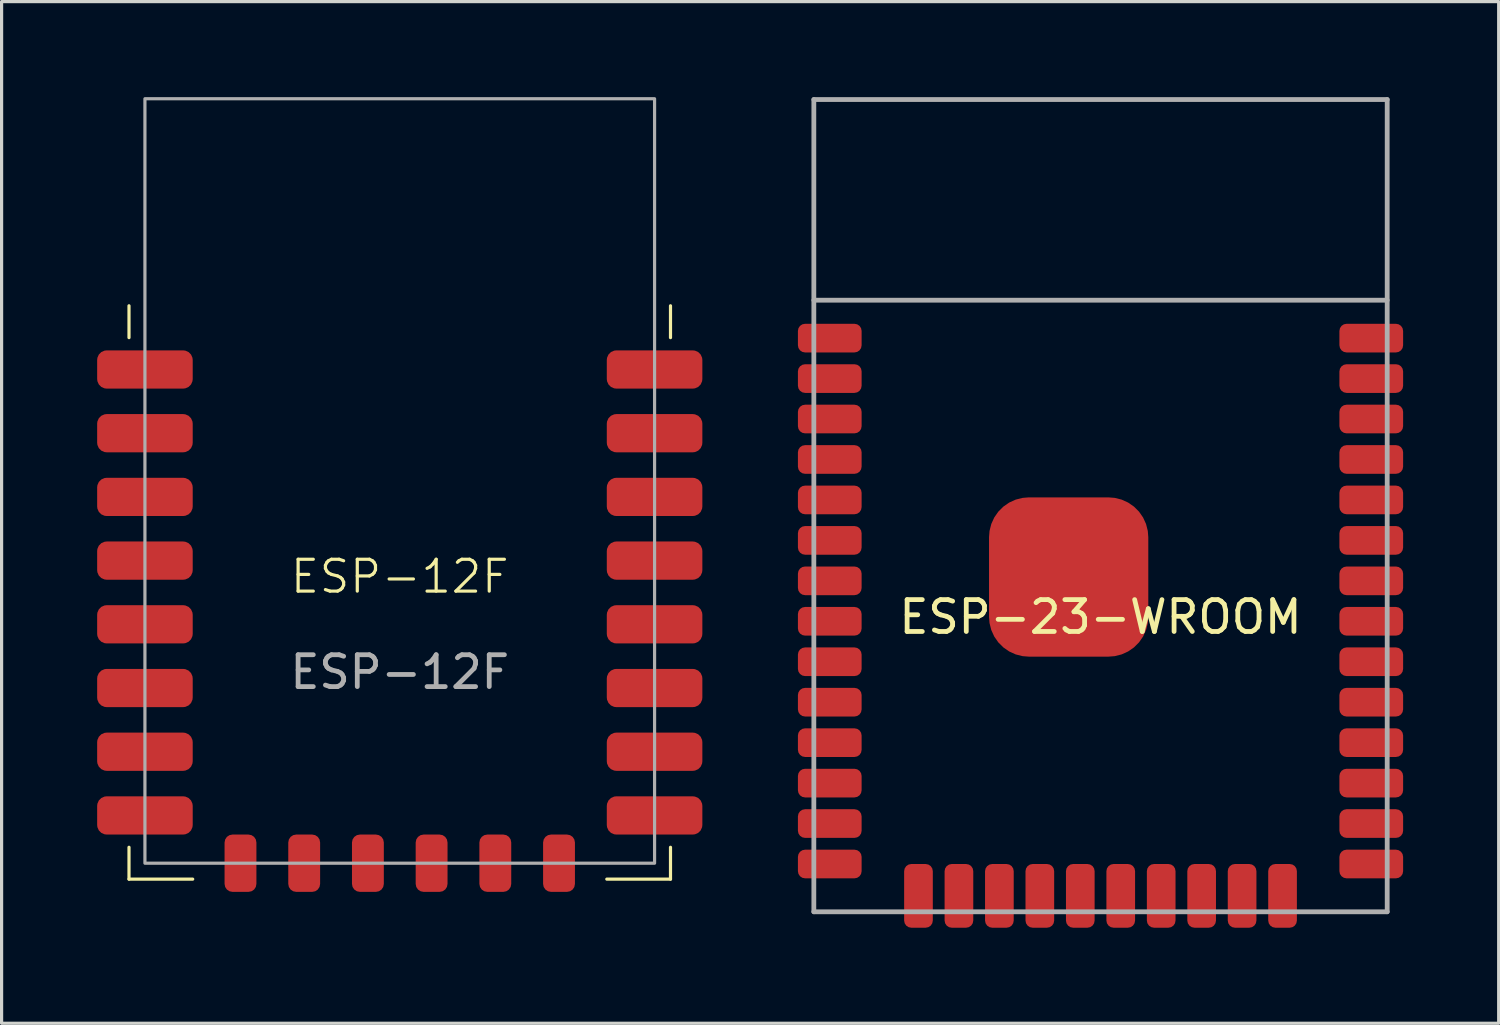
<source format=kicad_pcb>
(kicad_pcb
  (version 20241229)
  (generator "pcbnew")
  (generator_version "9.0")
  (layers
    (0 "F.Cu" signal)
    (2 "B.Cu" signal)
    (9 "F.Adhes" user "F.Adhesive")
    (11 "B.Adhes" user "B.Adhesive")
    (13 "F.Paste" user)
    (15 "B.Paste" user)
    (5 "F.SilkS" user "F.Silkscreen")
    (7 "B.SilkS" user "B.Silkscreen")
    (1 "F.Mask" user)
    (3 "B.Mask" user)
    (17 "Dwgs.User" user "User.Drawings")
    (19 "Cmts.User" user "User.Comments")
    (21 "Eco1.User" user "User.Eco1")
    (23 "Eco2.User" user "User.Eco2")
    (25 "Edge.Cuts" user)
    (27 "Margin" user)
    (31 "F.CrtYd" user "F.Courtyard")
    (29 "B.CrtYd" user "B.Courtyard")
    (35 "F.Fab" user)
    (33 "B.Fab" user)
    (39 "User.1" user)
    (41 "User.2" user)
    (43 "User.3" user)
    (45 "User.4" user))
  (footprint "ESP-12F"
    (layer "F.Cu")
    (at 9.5 15.55)
    (property "Reference" "ESP-12F" (at 0 -0.5 0) (unlocked yes) (layer "F.SilkS") (effects (font (size 1 1) (thickness 0.1))))
    (attr smd)
    (fp_line (start -8.5 -9) (end -8.5 -8) (stroke (width 0.1) (type default)) (layer "F.SilkS"))
    (fp_line (start -8.5 9) (end -8.5 8) (stroke (width 0.1) (type default)) (layer "F.SilkS"))
    (fp_line (start -6.5 9) (end -8.5 9) (stroke (width 0.1) (type default)) (layer "F.SilkS"))
    (fp_line (start 6.5 9) (end 8.5 9) (stroke (width 0.1) (type default)) (layer "F.SilkS"))
    (fp_line (start 8.5 -9) (end 8.5 -8) (stroke (width 0.1) (type default)) (layer "F.SilkS"))
    (fp_line (start 8.5 9) (end 8.5 8) (stroke (width 0.1) (type default)) (layer "F.SilkS"))
    (fp_rect (start -8 -15.5) (end 8 8.5) (stroke (width 0.1) (type default)) (fill no) (layer "F.Fab"))
    (fp_text user "${REFERENCE}" (at 0 2.5 0) (unlocked yes) (layer "F.Fab") (effects (font (size 1 1) (thickness 0.15))))
    (pad "1" smd roundrect (at -8 -7) (size 3 1.2) (layers "F.Cu" "F.Mask" "F.Paste") (roundrect_rratio 0.25))
    (pad "2" smd roundrect (at -8 -5) (size 3 1.2) (layers "F.Cu" "F.Mask" "F.Paste") (roundrect_rratio 0.25))
    (pad "3" smd roundrect (at -8 -3) (size 3 1.2) (layers "F.Cu" "F.Mask" "F.Paste") (roundrect_rratio 0.25))
    (pad "4" smd roundrect (at -8 -1) (size 3 1.2) (layers "F.Cu" "F.Mask" "F.Paste") (roundrect_rratio 0.25))
    (pad "5" smd roundrect (at -8 1) (size 3 1.2) (layers "F.Cu" "F.Mask" "F.Paste") (roundrect_rratio 0.25))
    (pad "6" smd roundrect (at -8 3) (size 3 1.2) (layers "F.Cu" "F.Mask" "F.Paste") (roundrect_rratio 0.25))
    (pad "7" smd roundrect (at -8 5) (size 3 1.2) (layers "F.Cu" "F.Mask" "F.Paste") (roundrect_rratio 0.25))
    (pad "8" smd roundrect (at -8 7) (size 3 1.2) (layers "F.Cu" "F.Mask" "F.Paste") (roundrect_rratio 0.25))
    (pad "9" smd roundrect (at 8 7) (size 3 1.2) (layers "F.Cu" "F.Mask" "F.Paste") (roundrect_rratio 0.25))
    (pad "10" smd roundrect (at 8 5) (size 3 1.2) (layers "F.Cu" "F.Mask" "F.Paste") (roundrect_rratio 0.25))
    (pad "11" smd roundrect (at 8 3) (size 3 1.2) (layers "F.Cu" "F.Mask" "F.Paste") (roundrect_rratio 0.25))
    (pad "12" smd roundrect (at 8 1) (size 3 1.2) (layers "F.Cu" "F.Mask" "F.Paste") (roundrect_rratio 0.25))
    (pad "13" smd roundrect (at 8 -1) (size 3 1.2) (layers "F.Cu" "F.Mask" "F.Paste") (roundrect_rratio 0.25))
    (pad "14" smd roundrect (at 8 -3) (size 3 1.2) (layers "F.Cu" "F.Mask" "F.Paste") (roundrect_rratio 0.25))
    (pad "15" smd roundrect (at 8 -5) (size 3 1.2) (layers "F.Cu" "F.Mask" "F.Paste") (roundrect_rratio 0.25))
    (pad "16" smd roundrect (at 8 -7) (size 3 1.2) (layers "F.Cu" "F.Mask" "F.Paste") (roundrect_rratio 0.25))
    (pad "17" smd roundrect (at -5 8.5) (size 1 1.8) (layers "F.Cu" "F.Mask" "F.Paste") (roundrect_rratio 0.25))
    (pad "18" smd roundrect (at -3 8.5) (size 1 1.8) (layers "F.Cu" "F.Mask" "F.Paste") (roundrect_rratio 0.25))
    (pad "19" smd roundrect (at -1 8.5) (size 1 1.8) (layers "F.Cu" "F.Mask" "F.Paste") (roundrect_rratio 0.25))
    (pad "20" smd roundrect (at 1 8.5) (size 1 1.8) (layers "F.Cu" "F.Mask" "F.Paste") (roundrect_rratio 0.25))
    (pad "21" smd roundrect (at 3 8.5) (size 1 1.8) (layers "F.Cu" "F.Mask" "F.Paste") (roundrect_rratio 0.25))
    (pad "22" smd roundrect (at 5 8.5) (size 1 1.8) (layers "F.Cu" "F.Mask" "F.Paste") (roundrect_rratio 0.25)))
  (footprint "ESP-23-WROOM"
    (layer "F.Cu")
    (at 31.5 15.82)
    (property "Reference" "ESP-23-WROOM" (at 0 0.5 0) (layer "F.SilkS") (effects (font (size 1 1) (thickness 0.15))))
    (attr through_hole)
    (fp_line (start -9 -15.745) (end -9 9.755) (stroke (width 0.15) (type solid)) (layer "F.Fab"))
    (fp_line (start -9 -15.745) (end 9 -15.745) (stroke (width 0.15) (type solid)) (layer "F.Fab"))
    (fp_line (start -9 -9.445) (end 9 -9.445) (stroke (width 0.15) (type solid)) (layer "F.Fab"))
    (fp_line (start -9 9.755) (end 9 9.755) (stroke (width 0.15) (type solid)) (layer "F.Fab"))
    (fp_line (start 9 -15.745) (end 9 9.755) (stroke (width 0.15) (type solid)) (layer "F.Fab"))
    (pad "1" smd roundrect (at -8.5 -8.255) (size 2 0.9) (layers "F.Cu" "F.Mask" "F.Paste") (roundrect_rratio 0.25))
    (pad "2" smd roundrect (at -8.5 -6.985) (size 2 0.9) (layers "F.Cu" "F.Mask" "F.Paste") (roundrect_rratio 0.25))
    (pad "3" smd roundrect (at -8.5 -5.715) (size 2 0.9) (layers "F.Cu" "F.Mask" "F.Paste") (roundrect_rratio 0.25))
    (pad "4" smd roundrect (at -8.5 -4.445) (size 2 0.9) (layers "F.Cu" "F.Mask" "F.Paste") (roundrect_rratio 0.25))
    (pad "5" smd roundrect (at -8.5 -3.175) (size 2 0.9) (layers "F.Cu" "F.Mask" "F.Paste") (roundrect_rratio 0.25))
    (pad "6" smd roundrect (at -8.5 -1.905) (size 2 0.9) (layers "F.Cu" "F.Mask" "F.Paste") (roundrect_rratio 0.25))
    (pad "7" smd roundrect (at -8.5 -0.635) (size 2 0.9) (layers "F.Cu" "F.Mask" "F.Paste") (roundrect_rratio 0.25))
    (pad "8" smd roundrect (at -8.5 0.635) (size 2 0.9) (layers "F.Cu" "F.Mask" "F.Paste") (roundrect_rratio 0.25))
    (pad "9" smd roundrect (at -8.5 1.905) (size 2 0.9) (layers "F.Cu" "F.Mask" "F.Paste") (roundrect_rratio 0.25))
    (pad "10" smd roundrect (at -8.5 3.175) (size 2 0.9) (layers "F.Cu" "F.Mask" "F.Paste") (roundrect_rratio 0.25))
    (pad "11" smd roundrect (at -8.5 4.445) (size 2 0.9) (layers "F.Cu" "F.Mask" "F.Paste") (roundrect_rratio 0.25))
    (pad "12" smd roundrect (at -8.5 5.715) (size 2 0.9) (layers "F.Cu" "F.Mask" "F.Paste") (roundrect_rratio 0.25))
    (pad "13" smd roundrect (at -8.5 6.985) (size 2 0.9) (layers "F.Cu" "F.Mask" "F.Paste") (roundrect_rratio 0.25))
    (pad "14" smd roundrect (at -8.5 8.255) (size 2 0.9) (layers "F.Cu" "F.Mask" "F.Paste") (roundrect_rratio 0.25))
    (pad "15" smd roundrect (at -5.715 9.255) (size 0.9 2) (layers "F.Cu" "F.Mask" "F.Paste") (roundrect_rratio 0.25))
    (pad "16" smd roundrect (at -4.445 9.255) (size 0.9 2) (layers "F.Cu" "F.Mask" "F.Paste") (roundrect_rratio 0.25))
    (pad "17" smd roundrect (at -3.175 9.255) (size 0.9 2) (layers "F.Cu" "F.Mask" "F.Paste") (roundrect_rratio 0.25))
    (pad "18" smd roundrect (at -1.905 9.255) (size 0.9 2) (layers "F.Cu" "F.Mask" "F.Paste") (roundrect_rratio 0.25))
    (pad "19" smd roundrect (at -0.635 9.255) (size 0.9 2) (layers "F.Cu" "F.Mask" "F.Paste") (roundrect_rratio 0.25))
    (pad "20" smd roundrect (at 0.635 9.255) (size 0.9 2) (layers "F.Cu" "F.Mask" "F.Paste") (roundrect_rratio 0.25))
    (pad "21" smd roundrect (at 1.905 9.255) (size 0.9 2) (layers "F.Cu" "F.Mask" "F.Paste") (roundrect_rratio 0.25))
    (pad "22" smd roundrect (at 3.175 9.255) (size 0.9 2) (layers "F.Cu" "F.Mask" "F.Paste") (roundrect_rratio 0.25))
    (pad "23" smd roundrect (at 4.445 9.255) (size 0.9 2) (layers "F.Cu" "F.Mask" "F.Paste") (roundrect_rratio 0.25))
    (pad "24" smd roundrect (at 5.715 9.255) (size 0.9 2) (layers "F.Cu" "F.Mask" "F.Paste") (roundrect_rratio 0.25))
    (pad "25" smd roundrect (at 8.5 8.255) (size 2 0.9) (layers "F.Cu" "F.Mask" "F.Paste") (roundrect_rratio 0.25))
    (pad "26" smd roundrect (at 8.5 6.985) (size 2 0.9) (layers "F.Cu" "F.Mask" "F.Paste") (roundrect_rratio 0.25))
    (pad "27" smd roundrect (at 8.5 5.715) (size 2 0.9) (layers "F.Cu" "F.Mask" "F.Paste") (roundrect_rratio 0.25))
    (pad "28" smd roundrect (at 8.5 4.445) (size 2 0.9) (layers "F.Cu" "F.Mask" "F.Paste") (roundrect_rratio 0.25))
    (pad "29" smd roundrect (at 8.5 3.175) (size 2 0.9) (layers "F.Cu" "F.Mask" "F.Paste") (roundrect_rratio 0.25))
    (pad "30" smd roundrect (at 8.5 1.905) (size 2 0.9) (layers "F.Cu" "F.Mask" "F.Paste") (roundrect_rratio 0.25))
    (pad "31" smd roundrect (at 8.5 0.635) (size 2 0.9) (layers "F.Cu" "F.Mask" "F.Paste") (roundrect_rratio 0.25))
    (pad "32" smd roundrect (at 8.5 -0.635) (size 2 0.9) (layers "F.Cu" "F.Mask" "F.Paste") (roundrect_rratio 0.25))
    (pad "33" smd roundrect (at 8.5 -1.905) (size 2 0.9) (layers "F.Cu" "F.Mask" "F.Paste") (roundrect_rratio 0.25))
    (pad "34" smd roundrect (at 8.5 -3.175) (size 2 0.9) (layers "F.Cu" "F.Mask" "F.Paste") (roundrect_rratio 0.25))
    (pad "35" smd roundrect (at 8.5 -4.445) (size 2 0.9) (layers "F.Cu" "F.Mask" "F.Paste") (roundrect_rratio 0.25))
    (pad "36" smd roundrect (at 8.5 -5.715) (size 2 0.9) (layers "F.Cu" "F.Mask" "F.Paste") (roundrect_rratio 0.25))
    (pad "37" smd roundrect (at 8.5 -6.985) (size 2 0.9) (layers "F.Cu" "F.Mask" "F.Paste") (roundrect_rratio 0.25))
    (pad "38" smd roundrect (at 8.5 -8.255) (size 2 0.9) (layers "F.Cu" "F.Mask" "F.Paste") (roundrect_rratio 0.25))
    (pad "39" smd roundrect (at -1 -0.755) (size 5 5) (layers "F.Cu" "F.Mask" "F.Paste") (roundrect_rratio 0.25)))
  (gr_rect
    (start -3 -3)
    (end 44 29.075)
    (stroke (width 0.1) (type default))
    (fill no)
    (layer "Edge.Cuts")))
</source>
